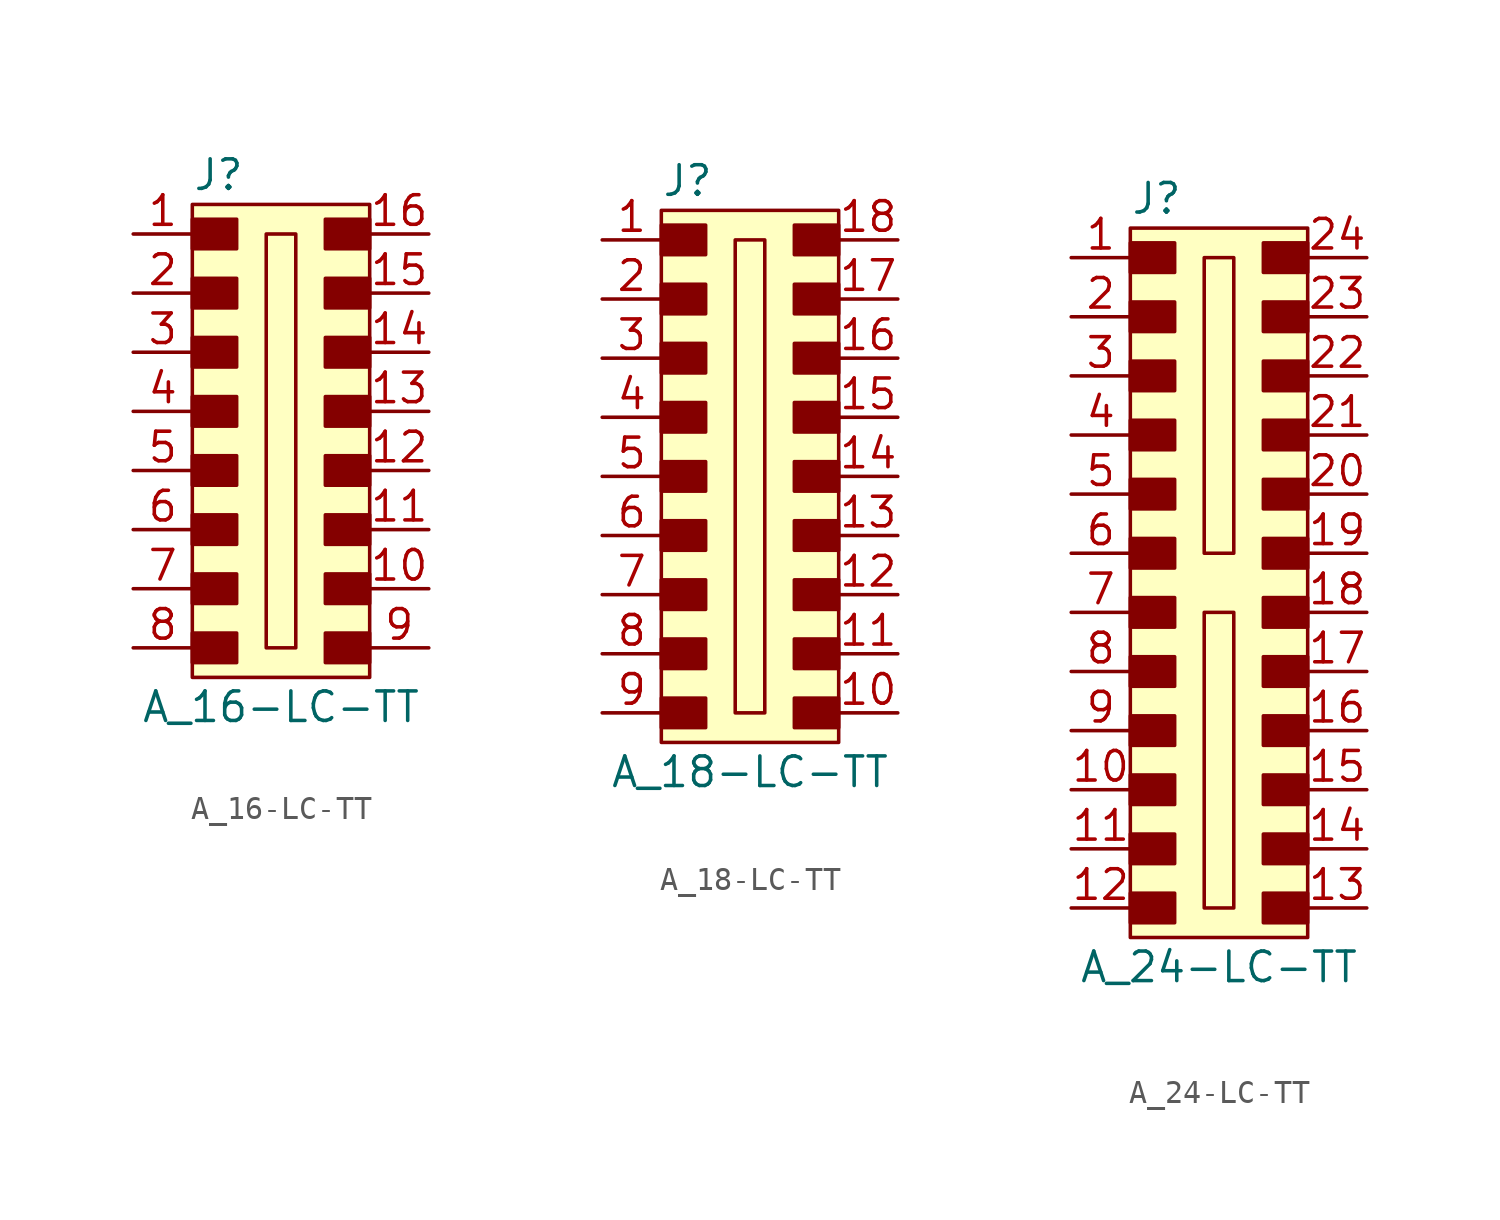
<source format=kicad_sym>
(kicad_symbol_lib
  (version 20201005)
  (generator kicad_symbol_editor)
  (symbol "A_16-LC-TT"
    (pin_names
      (offset 1.016))
    (property "Reference" "J"
      (at -3.81 11.43 0)
      (effects (font (size 1.27 1.27)) (justify left)))
    (property "Value" "A_16-LC-TT"
      (at 0 -11.43 0)
      (effects (font (size 1.27 1.27))))
    (symbol "A_16-LC-TT_1_1"
      (rectangle (start -3.81 -8.255) (end -1.905 -9.525) (stroke (width 0)) (fill (type outline)))
      (rectangle (start -3.81 -5.715) (end -1.905 -6.985) (stroke (width 0)) (fill (type outline)))
      (rectangle (start -3.81 -3.175) (end -1.905 -4.445) (stroke (width 0)) (fill (type outline)))
      (rectangle (start -3.81 -0.635) (end -1.905 -1.905) (stroke (width 0)) (fill (type outline)))
      (rectangle (start -3.81 1.905) (end -1.905 0.635) (stroke (width 0)) (fill (type outline)))
      (rectangle (start -3.81 4.445) (end -1.905 3.175) (stroke (width 0)) (fill (type outline)))
      (rectangle (start -3.81 6.985) (end -1.905 5.715) (stroke (width 0)) (fill (type outline)))
      (rectangle (start -3.81 9.525) (end -1.905 8.255) (stroke (width 0)) (fill (type outline)))
      (rectangle (start -3.81 10.16) (end 3.81 -10.16) (stroke (width 0)) (fill (type background)))
      (rectangle (start -0.635 8.89) (end 0.635 -8.89) (stroke (width 0)) (fill (type none)))
      (rectangle (start 1.905 -8.255) (end 3.81 -9.525) (stroke (width 0)) (fill (type outline)))
      (rectangle (start 1.905 -5.715) (end 3.81 -6.985) (stroke (width 0)) (fill (type outline)))
      (rectangle (start 1.905 -3.175) (end 3.81 -4.445) (stroke (width 0)) (fill (type outline)))
      (rectangle (start 1.905 -0.635) (end 3.81 -1.905) (stroke (width 0)) (fill (type outline)))
      (rectangle (start 1.905 1.905) (end 3.81 0.635) (stroke (width 0)) (fill (type outline)))
      (rectangle (start 1.905 4.445) (end 3.81 3.175) (stroke (width 0)) (fill (type outline)))
      (rectangle (start 1.905 6.985) (end 3.81 5.715) (stroke (width 0)) (fill (type outline)))
      (rectangle (start 1.905 9.525) (end 3.81 8.255) (stroke (width 0)) (fill (type outline)))
      (pin passive line (at -6.35 8.89 0) (length 2.54) (name "~" (effects (font (size 1.27 1.27)))) (number "1" (effects (font (size 1.27 1.27)))))
      (pin passive line (at 6.35 -6.35 180) (length 2.54) (name "~" (effects (font (size 1.27 1.27)))) (number "10" (effects (font (size 1.27 1.27)))))
      (pin passive line (at 6.35 -3.81 180) (length 2.54) (name "~" (effects (font (size 1.27 1.27)))) (number "11" (effects (font (size 1.27 1.27)))))
      (pin passive line (at 6.35 -1.27 180) (length 2.54) (name "~" (effects (font (size 1.27 1.27)))) (number "12" (effects (font (size 1.27 1.27)))))
      (pin passive line (at 6.35 1.27 180) (length 2.54) (name "~" (effects (font (size 1.27 1.27)))) (number "13" (effects (font (size 1.27 1.27)))))
      (pin passive line (at 6.35 3.81 180) (length 2.54) (name "~" (effects (font (size 1.27 1.27)))) (number "14" (effects (font (size 1.27 1.27)))))
      (pin passive line (at 6.35 6.35 180) (length 2.54) (name "~" (effects (font (size 1.27 1.27)))) (number "15" (effects (font (size 1.27 1.27)))))
      (pin passive line (at 6.35 8.89 180) (length 2.54) (name "~" (effects (font (size 1.27 1.27)))) (number "16" (effects (font (size 1.27 1.27)))))
      (pin passive line (at -6.35 6.35 0) (length 2.54) (name "~" (effects (font (size 1.27 1.27)))) (number "2" (effects (font (size 1.27 1.27)))))
      (pin passive line (at -6.35 3.81 0) (length 2.54) (name "~" (effects (font (size 1.27 1.27)))) (number "3" (effects (font (size 1.27 1.27)))))
      (pin passive line (at -6.35 1.27 0) (length 2.54) (name "~" (effects (font (size 1.27 1.27)))) (number "4" (effects (font (size 1.27 1.27)))))
      (pin passive line (at -6.35 -1.27 0) (length 2.54) (name "~" (effects (font (size 1.27 1.27)))) (number "5" (effects (font (size 1.27 1.27)))))
      (pin passive line (at -6.35 -3.81 0) (length 2.54) (name "~" (effects (font (size 1.27 1.27)))) (number "6" (effects (font (size 1.27 1.27)))))
      (pin passive line (at -6.35 -6.35 0) (length 2.54) (name "~" (effects (font (size 1.27 1.27)))) (number "7" (effects (font (size 1.27 1.27)))))
      (pin passive line (at -6.35 -8.89 0) (length 2.54) (name "~" (effects (font (size 1.27 1.27)))) (number "8" (effects (font (size 1.27 1.27)))))
      (pin passive line (at 6.35 -8.89 180) (length 2.54) (name "~" (effects (font (size 1.27 1.27)))) (number "9" (effects (font (size 1.27 1.27)))))))
  (symbol "A_18-LC-TT"
    (pin_names
      (offset 1.016))
    (property "Reference" "J"
      (at -3.81 10.16 0)
      (effects (font (size 1.27 1.27)) (justify left)))
    (property "Value" "A_18-LC-TT"
      (at 0 -15.24 0)
      (effects (font (size 1.27 1.27))))
    (symbol "A_18-LC-TT_1_1"
      (rectangle (start -3.81 -12.065) (end -1.905 -13.335) (stroke (width 0)) (fill (type outline)))
      (rectangle (start -3.81 -9.525) (end -1.905 -10.795) (stroke (width 0)) (fill (type outline)))
      (rectangle (start -3.81 -6.985) (end -1.905 -8.255) (stroke (width 0)) (fill (type outline)))
      (rectangle (start -3.81 -4.445) (end -1.905 -5.715) (stroke (width 0)) (fill (type outline)))
      (rectangle (start -3.81 -1.905) (end -1.905 -3.175) (stroke (width 0)) (fill (type outline)))
      (rectangle (start -3.81 0.635) (end -1.905 -0.635) (stroke (width 0)) (fill (type outline)))
      (rectangle (start -3.81 3.175) (end -1.905 1.905) (stroke (width 0)) (fill (type outline)))
      (rectangle (start -3.81 5.715) (end -1.905 4.445) (stroke (width 0)) (fill (type outline)))
      (rectangle (start -3.81 8.255) (end -1.905 6.985) (stroke (width 0)) (fill (type outline)))
      (rectangle (start -3.81 8.89) (end 3.81 -13.97) (stroke (width 0)) (fill (type background)))
      (rectangle (start -0.635 7.62) (end 0.635 -12.7) (stroke (width 0)) (fill (type none)))
      (rectangle (start 1.905 -12.065) (end 3.81 -13.335) (stroke (width 0)) (fill (type outline)))
      (rectangle (start 1.905 -9.525) (end 3.81 -10.795) (stroke (width 0)) (fill (type outline)))
      (rectangle (start 1.905 -6.985) (end 3.81 -8.255) (stroke (width 0)) (fill (type outline)))
      (rectangle (start 1.905 -4.445) (end 3.81 -5.715) (stroke (width 0)) (fill (type outline)))
      (rectangle (start 1.905 -1.905) (end 3.81 -3.175) (stroke (width 0)) (fill (type outline)))
      (rectangle (start 1.905 0.635) (end 3.81 -0.635) (stroke (width 0)) (fill (type outline)))
      (rectangle (start 1.905 3.175) (end 3.81 1.905) (stroke (width 0)) (fill (type outline)))
      (rectangle (start 1.905 5.715) (end 3.81 4.445) (stroke (width 0)) (fill (type outline)))
      (rectangle (start 1.905 8.255) (end 3.81 6.985) (stroke (width 0)) (fill (type outline)))
      (pin passive line (at -6.35 7.62 0) (length 2.54) (name "~" (effects (font (size 1.27 1.27)))) (number "1" (effects (font (size 1.27 1.27)))))
      (pin passive line (at 6.35 -12.7 180) (length 2.54) (name "~" (effects (font (size 1.27 1.27)))) (number "10" (effects (font (size 1.27 1.27)))))
      (pin passive line (at 6.35 -10.16 180) (length 2.54) (name "~" (effects (font (size 1.27 1.27)))) (number "11" (effects (font (size 1.27 1.27)))))
      (pin passive line (at 6.35 -7.62 180) (length 2.54) (name "~" (effects (font (size 1.27 1.27)))) (number "12" (effects (font (size 1.27 1.27)))))
      (pin passive line (at 6.35 -5.08 180) (length 2.54) (name "~" (effects (font (size 1.27 1.27)))) (number "13" (effects (font (size 1.27 1.27)))))
      (pin passive line (at 6.35 -2.54 180) (length 2.54) (name "~" (effects (font (size 1.27 1.27)))) (number "14" (effects (font (size 1.27 1.27)))))
      (pin passive line (at 6.35 0 180) (length 2.54) (name "~" (effects (font (size 1.27 1.27)))) (number "15" (effects (font (size 1.27 1.27)))))
      (pin passive line (at 6.35 2.54 180) (length 2.54) (name "~" (effects (font (size 1.27 1.27)))) (number "16" (effects (font (size 1.27 1.27)))))
      (pin passive line (at 6.35 5.08 180) (length 2.54) (name "~" (effects (font (size 1.27 1.27)))) (number "17" (effects (font (size 1.27 1.27)))))
      (pin passive line (at 6.35 7.62 180) (length 2.54) (name "~" (effects (font (size 1.27 1.27)))) (number "18" (effects (font (size 1.27 1.27)))))
      (pin passive line (at -6.35 5.08 0) (length 2.54) (name "~" (effects (font (size 1.27 1.27)))) (number "2" (effects (font (size 1.27 1.27)))))
      (pin passive line (at -6.35 2.54 0) (length 2.54) (name "~" (effects (font (size 1.27 1.27)))) (number "3" (effects (font (size 1.27 1.27)))))
      (pin passive line (at -6.35 0 0) (length 2.54) (name "~" (effects (font (size 1.27 1.27)))) (number "4" (effects (font (size 1.27 1.27)))))
      (pin passive line (at -6.35 -2.54 0) (length 2.54) (name "~" (effects (font (size 1.27 1.27)))) (number "5" (effects (font (size 1.27 1.27)))))
      (pin passive line (at -6.35 -5.08 0) (length 2.54) (name "~" (effects (font (size 1.27 1.27)))) (number "6" (effects (font (size 1.27 1.27)))))
      (pin passive line (at -6.35 -7.62 0) (length 2.54) (name "~" (effects (font (size 1.27 1.27)))) (number "7" (effects (font (size 1.27 1.27)))))
      (pin passive line (at -6.35 -10.16 0) (length 2.54) (name "~" (effects (font (size 1.27 1.27)))) (number "8" (effects (font (size 1.27 1.27)))))
      (pin passive line (at -6.35 -12.7 0) (length 2.54) (name "~" (effects (font (size 1.27 1.27)))) (number "9" (effects (font (size 1.27 1.27)))))))
  (symbol "A_24-LC-TT"
    (pin_names
      (offset 1.016))
    (property "Reference" "J"
      (at -3.81 16.51 0)
      (effects (font (size 1.27 1.27)) (justify left)))
    (property "Value" "A_24-LC-TT"
      (at 0 -16.51 0)
      (effects (font (size 1.27 1.27))))
    (symbol "A_24-LC-TT_1_1"
      (rectangle (start -3.81 -13.335) (end -1.905 -14.605) (stroke (width 0)) (fill (type outline)))
      (rectangle (start -3.81 -10.795) (end -1.905 -12.065) (stroke (width 0)) (fill (type outline)))
      (rectangle (start -3.81 -8.255) (end -1.905 -9.525) (stroke (width 0)) (fill (type outline)))
      (rectangle (start -3.81 -5.715) (end -1.905 -6.985) (stroke (width 0)) (fill (type outline)))
      (rectangle (start -3.81 -3.175) (end -1.905 -4.445) (stroke (width 0)) (fill (type outline)))
      (rectangle (start -3.81 -0.635) (end -1.905 -1.905) (stroke (width 0)) (fill (type outline)))
      (rectangle (start -3.81 1.905) (end -1.905 0.635) (stroke (width 0)) (fill (type outline)))
      (rectangle (start -3.81 4.445) (end -1.905 3.175) (stroke (width 0)) (fill (type outline)))
      (rectangle (start -3.81 6.985) (end -1.905 5.715) (stroke (width 0)) (fill (type outline)))
      (rectangle (start -3.81 9.525) (end -1.905 8.255) (stroke (width 0)) (fill (type outline)))
      (rectangle (start -3.81 12.065) (end -1.905 10.795) (stroke (width 0)) (fill (type outline)))
      (rectangle (start -3.81 14.605) (end -1.905 13.335) (stroke (width 0)) (fill (type outline)))
      (rectangle (start -3.81 15.24) (end 3.81 -15.24) (stroke (width 0)) (fill (type background)))
      (rectangle (start -0.635 -1.27) (end 0.635 -13.97) (stroke (width 0)) (fill (type none)))
      (rectangle (start -0.635 13.97) (end 0.635 1.27) (stroke (width 0)) (fill (type none)))
      (rectangle (start 1.905 -13.335) (end 3.81 -14.605) (stroke (width 0)) (fill (type outline)))
      (rectangle (start 1.905 -10.795) (end 3.81 -12.065) (stroke (width 0)) (fill (type outline)))
      (rectangle (start 1.905 -8.255) (end 3.81 -9.525) (stroke (width 0)) (fill (type outline)))
      (rectangle (start 1.905 -5.715) (end 3.81 -6.985) (stroke (width 0)) (fill (type outline)))
      (rectangle (start 1.905 -3.175) (end 3.81 -4.445) (stroke (width 0)) (fill (type outline)))
      (rectangle (start 1.905 -0.635) (end 3.81 -1.905) (stroke (width 0)) (fill (type outline)))
      (rectangle (start 1.905 1.905) (end 3.81 0.635) (stroke (width 0)) (fill (type outline)))
      (rectangle (start 1.905 4.445) (end 3.81 3.175) (stroke (width 0)) (fill (type outline)))
      (rectangle (start 1.905 6.985) (end 3.81 5.715) (stroke (width 0)) (fill (type outline)))
      (rectangle (start 1.905 9.525) (end 3.81 8.255) (stroke (width 0)) (fill (type outline)))
      (rectangle (start 1.905 12.065) (end 3.81 10.795) (stroke (width 0)) (fill (type outline)))
      (rectangle (start 1.905 14.605) (end 3.81 13.335) (stroke (width 0)) (fill (type outline)))
      (pin passive line (at -6.35 13.97 0) (length 2.54) (name "~" (effects (font (size 1.27 1.27)))) (number "1" (effects (font (size 1.27 1.27)))))
      (pin passive line (at -6.35 -8.89 0) (length 2.54) (name "~" (effects (font (size 1.27 1.27)))) (number "10" (effects (font (size 1.27 1.27)))))
      (pin passive line (at -6.35 -11.43 0) (length 2.54) (name "~" (effects (font (size 1.27 1.27)))) (number "11" (effects (font (size 1.27 1.27)))))
      (pin passive line (at -6.35 -13.97 0) (length 2.54) (name "~" (effects (font (size 1.27 1.27)))) (number "12" (effects (font (size 1.27 1.27)))))
      (pin passive line (at 6.35 -13.97 180) (length 2.54) (name "~" (effects (font (size 1.27 1.27)))) (number "13" (effects (font (size 1.27 1.27)))))
      (pin passive line (at 6.35 -11.43 180) (length 2.54) (name "~" (effects (font (size 1.27 1.27)))) (number "14" (effects (font (size 1.27 1.27)))))
      (pin passive line (at 6.35 -8.89 180) (length 2.54) (name "~" (effects (font (size 1.27 1.27)))) (number "15" (effects (font (size 1.27 1.27)))))
      (pin passive line (at 6.35 -6.35 180) (length 2.54) (name "~" (effects (font (size 1.27 1.27)))) (number "16" (effects (font (size 1.27 1.27)))))
      (pin passive line (at 6.35 -3.81 180) (length 2.54) (name "~" (effects (font (size 1.27 1.27)))) (number "17" (effects (font (size 1.27 1.27)))))
      (pin passive line (at 6.35 -1.27 180) (length 2.54) (name "~" (effects (font (size 1.27 1.27)))) (number "18" (effects (font (size 1.27 1.27)))))
      (pin passive line (at 6.35 1.27 180) (length 2.54) (name "~" (effects (font (size 1.27 1.27)))) (number "19" (effects (font (size 1.27 1.27)))))
      (pin passive line (at -6.35 11.43 0) (length 2.54) (name "~" (effects (font (size 1.27 1.27)))) (number "2" (effects (font (size 1.27 1.27)))))
      (pin passive line (at 6.35 3.81 180) (length 2.54) (name "~" (effects (font (size 1.27 1.27)))) (number "20" (effects (font (size 1.27 1.27)))))
      (pin passive line (at 6.35 6.35 180) (length 2.54) (name "~" (effects (font (size 1.27 1.27)))) (number "21" (effects (font (size 1.27 1.27)))))
      (pin passive line (at 6.35 8.89 180) (length 2.54) (name "~" (effects (font (size 1.27 1.27)))) (number "22" (effects (font (size 1.27 1.27)))))
      (pin passive line (at 6.35 11.43 180) (length 2.54) (name "~" (effects (font (size 1.27 1.27)))) (number "23" (effects (font (size 1.27 1.27)))))
      (pin passive line (at 6.35 13.97 180) (length 2.54) (name "~" (effects (font (size 1.27 1.27)))) (number "24" (effects (font (size 1.27 1.27)))))
      (pin passive line (at -6.35 8.89 0) (length 2.54) (name "~" (effects (font (size 1.27 1.27)))) (number "3" (effects (font (size 1.27 1.27)))))
      (pin passive line (at -6.35 6.35 0) (length 2.54) (name "~" (effects (font (size 1.27 1.27)))) (number "4" (effects (font (size 1.27 1.27)))))
      (pin passive line (at -6.35 3.81 0) (length 2.54) (name "~" (effects (font (size 1.27 1.27)))) (number "5" (effects (font (size 1.27 1.27)))))
      (pin passive line (at -6.35 1.27 0) (length 2.54) (name "~" (effects (font (size 1.27 1.27)))) (number "6" (effects (font (size 1.27 1.27)))))
      (pin passive line (at -6.35 -1.27 0) (length 2.54) (name "~" (effects (font (size 1.27 1.27)))) (number "7" (effects (font (size 1.27 1.27)))))
      (pin passive line (at -6.35 -3.81 0) (length 2.54) (name "~" (effects (font (size 1.27 1.27)))) (number "8" (effects (font (size 1.27 1.27)))))
      (pin passive line (at -6.35 -6.35 0) (length 2.54) (name "~" (effects (font (size 1.27 1.27)))) (number "9" (effects (font (size 1.27 1.27))))))))
</source>
